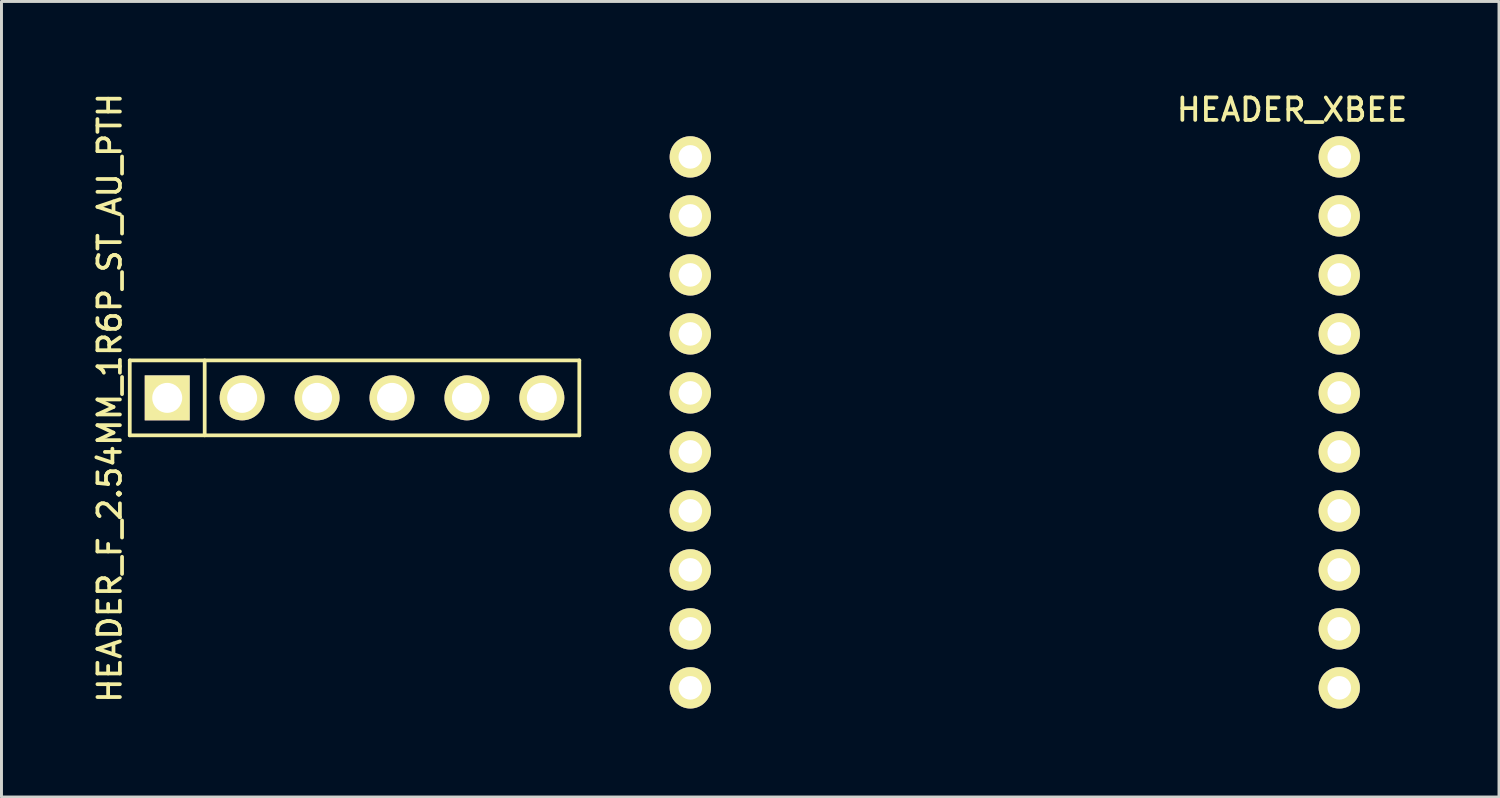
<source format=kicad_pcb>
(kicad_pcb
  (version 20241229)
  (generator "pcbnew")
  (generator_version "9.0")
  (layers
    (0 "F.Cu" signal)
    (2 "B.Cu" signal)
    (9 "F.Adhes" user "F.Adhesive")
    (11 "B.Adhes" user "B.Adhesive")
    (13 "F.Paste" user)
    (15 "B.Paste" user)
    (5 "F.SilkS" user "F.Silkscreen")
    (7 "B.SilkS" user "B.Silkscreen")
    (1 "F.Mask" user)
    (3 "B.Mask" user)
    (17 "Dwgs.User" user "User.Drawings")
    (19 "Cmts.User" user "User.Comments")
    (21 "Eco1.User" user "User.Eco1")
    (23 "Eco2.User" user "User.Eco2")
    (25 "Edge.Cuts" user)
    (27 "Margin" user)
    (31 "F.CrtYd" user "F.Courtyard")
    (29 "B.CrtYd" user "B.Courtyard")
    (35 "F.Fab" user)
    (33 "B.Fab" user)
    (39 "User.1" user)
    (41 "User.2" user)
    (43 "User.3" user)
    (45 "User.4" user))
  (footprint "HEADER_F_2.54MM_1R6P_ST_AU_PTH"
    (layer "F.Cu")
    (at 8.969 10.438)
    (property "Reference" "HEADER_F_2.54MM_1R6P_ST_AU_PTH" (at -8.3 0 90) (layer "F.SilkS") (effects (font (size 0.762 0.762) (thickness 0.127))))
    (attr through_hole)
    (fp_line (start -7.62 -1.27) (end 7.62 -1.27) (stroke (width 0.127) (type solid)) (layer "F.SilkS"))
    (fp_line (start -7.62 1.27) (end -7.62 -1.27) (stroke (width 0.127) (type solid)) (layer "F.SilkS"))
    (fp_line (start -5.08 1.27) (end -5.08 -1.27) (stroke (width 0.127) (type solid)) (layer "F.SilkS"))
    (fp_line (start 7.62 -1.27) (end 7.62 1.27) (stroke (width 0.127) (type solid)) (layer "F.SilkS"))
    (fp_line (start 7.62 1.27) (end -7.62 1.27) (stroke (width 0.127) (type solid)) (layer "F.SilkS"))
    (pad "1" thru_hole rect (at -6.35 0) (size 1.524 1.524) (drill 1.016) (layers "*.Cu" "*.Mask" "F.SilkS"))
    (pad "2" thru_hole circle (at -3.81 0) (size 1.524 1.524) (drill 1.016) (layers "*.Cu" "*.Mask" "F.SilkS"))
    (pad "3" thru_hole circle (at -1.27 0) (size 1.524 1.524) (drill 1.016) (layers "*.Cu" "*.Mask" "F.SilkS"))
    (pad "4" thru_hole circle (at 1.27 0) (size 1.524 1.524) (drill 1.016) (layers "*.Cu" "*.Mask" "F.SilkS"))
    (pad "5" thru_hole circle (at 3.81 0) (size 1.524 1.524) (drill 1.016) (layers "*.Cu" "*.Mask" "F.SilkS"))
    (pad "6" thru_hole circle (at 6.35 0) (size 1.524 1.524) (drill 1.016) (layers "*.Cu" "*.Mask" "F.SilkS")))
  (footprint "HEADER_XBEE"
    (layer "F.Cu")
    (at 31.352 2.269)
    (property "Reference" "HEADER_XBEE" (at 9.4 -1.6 0) (layer "F.SilkS") (effects (font (size 0.762 0.762) (thickness 0.127))))
    (attr through_hole)
    (pad "1" thru_hole circle (at 11 0) (size 1.4 1.4) (drill 0.8) (layers "*.Cu" "*.Mask" "F.SilkS"))
    (pad "2" thru_hole circle (at 11 2) (size 1.4 1.4) (drill 0.8) (layers "*.Cu" "*.Mask" "F.SilkS"))
    (pad "3" thru_hole circle (at 11 4) (size 1.4 1.4) (drill 0.8) (layers "*.Cu" "*.Mask" "F.SilkS"))
    (pad "4" thru_hole circle (at 11 6) (size 1.4 1.4) (drill 0.8) (layers "*.Cu" "*.Mask" "F.SilkS"))
    (pad "5" thru_hole circle (at 11 8) (size 1.4 1.4) (drill 0.8) (layers "*.Cu" "*.Mask" "F.SilkS"))
    (pad "6" thru_hole circle (at 11 10) (size 1.4 1.4) (drill 0.8) (layers "*.Cu" "*.Mask" "F.SilkS"))
    (pad "7" thru_hole circle (at 11 12) (size 1.4 1.4) (drill 0.8) (layers "*.Cu" "*.Mask" "F.SilkS"))
    (pad "8" thru_hole circle (at 11 14) (size 1.4 1.4) (drill 0.8) (layers "*.Cu" "*.Mask" "F.SilkS"))
    (pad "9" thru_hole circle (at 11 16) (size 1.4 1.4) (drill 0.8) (layers "*.Cu" "*.Mask" "F.SilkS"))
    (pad "10" thru_hole circle (at 11 18) (size 1.4 1.4) (drill 0.8) (layers "*.Cu" "*.Mask" "F.SilkS"))
    (pad "11" thru_hole circle (at -11 18) (size 1.4 1.4) (drill 0.8) (layers "*.Cu" "*.Mask" "F.SilkS"))
    (pad "12" thru_hole circle (at -11 16) (size 1.4 1.4) (drill 0.8) (layers "*.Cu" "*.Mask" "F.SilkS"))
    (pad "13" thru_hole circle (at -11 14) (size 1.4 1.4) (drill 0.8) (layers "*.Cu" "*.Mask" "F.SilkS"))
    (pad "14" thru_hole circle (at -11 12) (size 1.4 1.4) (drill 0.8) (layers "*.Cu" "*.Mask" "F.SilkS"))
    (pad "15" thru_hole circle (at -11 10) (size 1.4 1.4) (drill 0.8) (layers "*.Cu" "*.Mask" "F.SilkS"))
    (pad "16" thru_hole circle (at -11 8) (size 1.4 1.4) (drill 0.8) (layers "*.Cu" "*.Mask" "F.SilkS"))
    (pad "17" thru_hole circle (at -11 6) (size 1.4 1.4) (drill 0.8) (layers "*.Cu" "*.Mask" "F.SilkS"))
    (pad "18" thru_hole circle (at -11 4) (size 1.4 1.4) (drill 0.8) (layers "*.Cu" "*.Mask" "F.SilkS"))
    (pad "19" thru_hole circle (at -11 2) (size 1.4 1.4) (drill 0.8) (layers "*.Cu" "*.Mask" "F.SilkS"))
    (pad "20" thru_hole circle (at -11 0) (size 1.4 1.4) (drill 0.8) (layers "*.Cu" "*.Mask" "F.SilkS")))
  (gr_rect
    (start -3 -3)
    (end 47.767 23.969)
    (stroke (width 0.1) (type default))
    (fill no)
    (layer "Edge.Cuts")))
</source>
